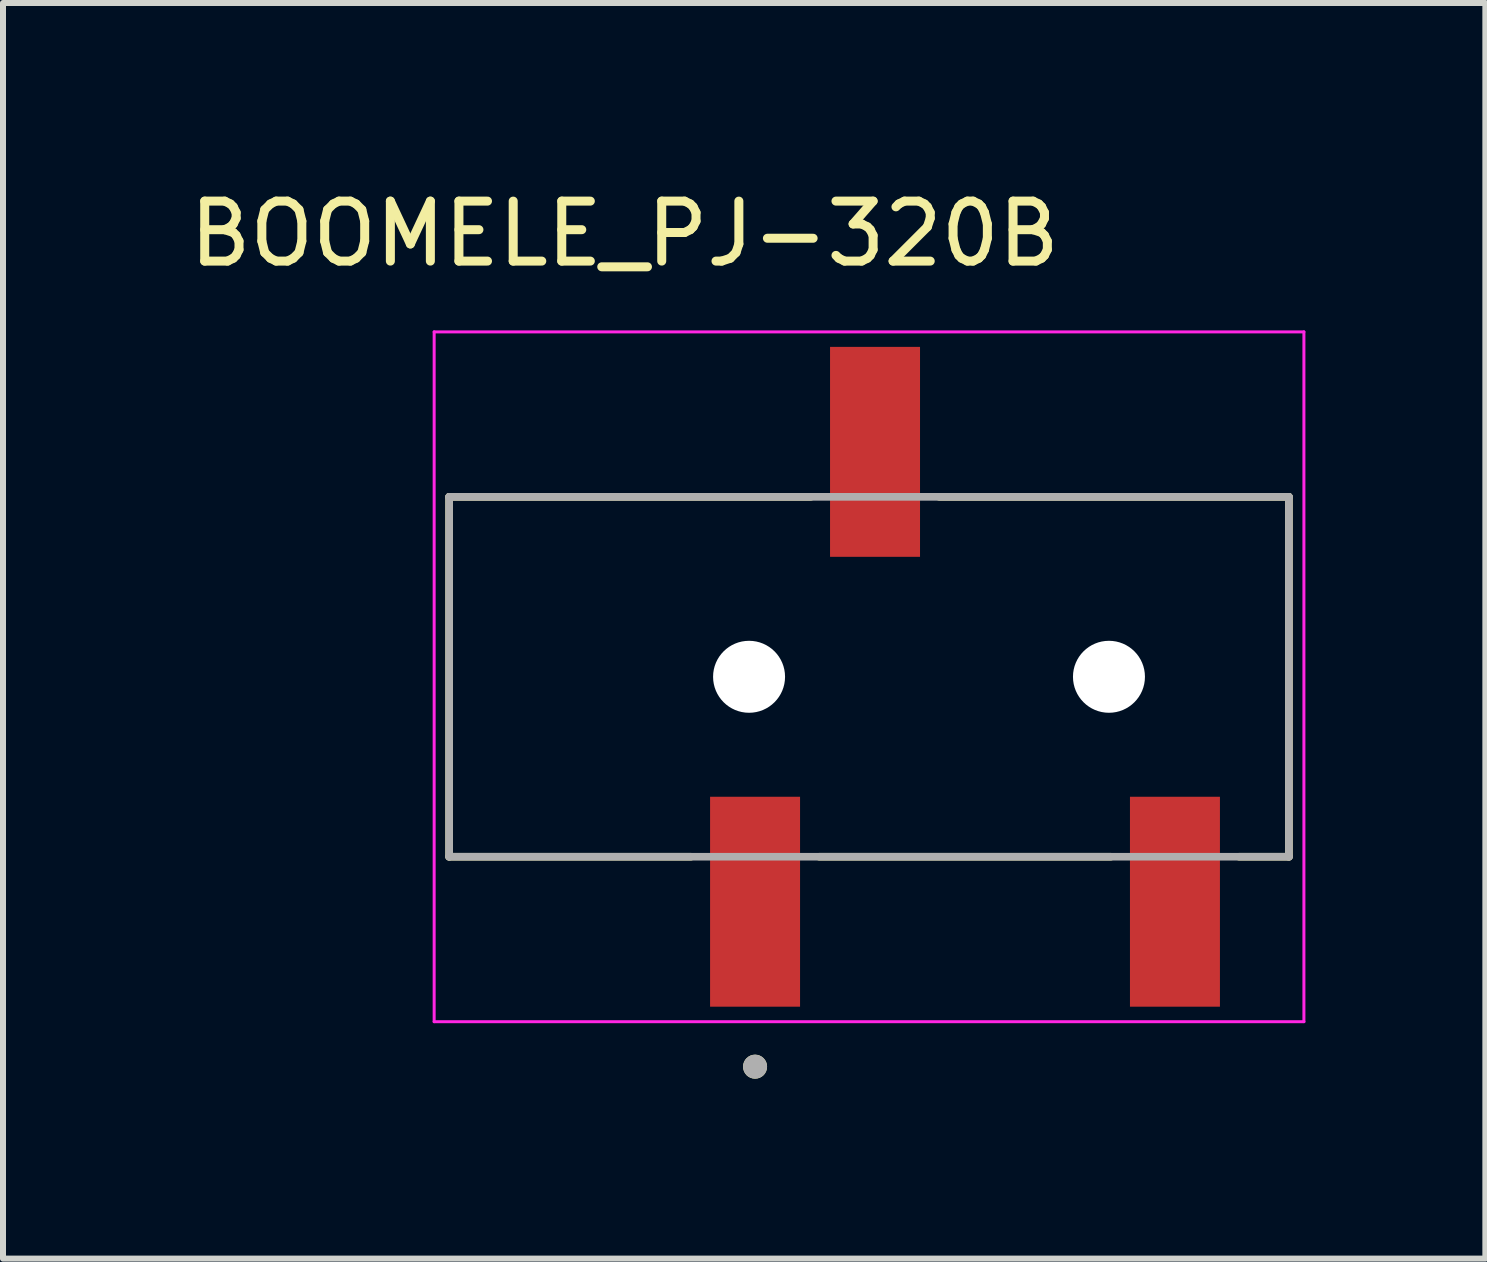
<source format=kicad_pcb>
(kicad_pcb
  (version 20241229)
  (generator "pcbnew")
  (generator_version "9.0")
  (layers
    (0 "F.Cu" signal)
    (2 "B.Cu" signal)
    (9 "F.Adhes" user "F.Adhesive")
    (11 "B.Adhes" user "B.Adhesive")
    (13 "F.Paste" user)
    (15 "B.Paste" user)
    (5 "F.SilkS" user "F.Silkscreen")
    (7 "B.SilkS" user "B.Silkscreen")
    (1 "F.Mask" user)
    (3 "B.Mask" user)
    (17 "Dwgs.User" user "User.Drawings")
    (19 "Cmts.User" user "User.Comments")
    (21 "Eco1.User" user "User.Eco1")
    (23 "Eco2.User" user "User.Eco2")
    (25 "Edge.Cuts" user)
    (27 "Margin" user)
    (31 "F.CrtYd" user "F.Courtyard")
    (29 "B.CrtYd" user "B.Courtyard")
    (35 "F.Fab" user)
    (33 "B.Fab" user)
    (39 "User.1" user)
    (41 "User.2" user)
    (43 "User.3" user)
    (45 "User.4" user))
  (footprint "BOOMELE_PJ-320B"
    (layer "F.Cu")
    (at 12.438 8.233)
    (property "Reference" "BOOMELE_PJ-320B" (at -5.075 -7.385 0) (layer "F.SilkS") (effects (font (size 1 1) (thickness 0.15))))
    (attr through_hole)
    (fp_line (start -8 -3) (end -1.97 -3) (stroke (width 0.127) (type solid)) (layer "F.SilkS"))
    (fp_line (start -8 3) (end -8 -3) (stroke (width 0.127) (type solid)) (layer "F.SilkS"))
    (fp_line (start -3.97 3) (end -8 3) (stroke (width 0.127) (type solid)) (layer "F.SilkS"))
    (fp_line (start -1.83 3) (end 3.03 3) (stroke (width 0.127) (type solid)) (layer "F.SilkS"))
    (fp_line (start 0.17 -3) (end 6 -3) (stroke (width 0.127) (type solid)) (layer "F.SilkS"))
    (fp_line (start 6 -3) (end 6 3) (stroke (width 0.127) (type solid)) (layer "F.SilkS"))
    (fp_line (start 6 3) (end 5.17 3) (stroke (width 0.127) (type solid)) (layer "F.SilkS"))
    (fp_circle (center -2.9 6.5) (end -2.8 6.5) (stroke (width 0.2) (type solid)) (fill no) (layer "F.SilkS"))
    (fp_line (start -8.25 -5.75) (end -8.25 5.75) (stroke (width 0.05) (type solid)) (layer "F.CrtYd"))
    (fp_line (start -8.25 5.75) (end 6.25 5.75) (stroke (width 0.05) (type solid)) (layer "F.CrtYd"))
    (fp_line (start 6.25 -5.75) (end -8.25 -5.75) (stroke (width 0.05) (type solid)) (layer "F.CrtYd"))
    (fp_line (start 6.25 5.75) (end 6.25 -5.75) (stroke (width 0.05) (type solid)) (layer "F.CrtYd"))
    (fp_line (start -8 -3) (end 6 -3) (stroke (width 0.127) (type solid)) (layer "F.Fab"))
    (fp_line (start -8 3) (end -8 -3) (stroke (width 0.127) (type solid)) (layer "F.Fab"))
    (fp_line (start 6 -3) (end 6 3) (stroke (width 0.127) (type solid)) (layer "F.Fab"))
    (fp_line (start 6 3) (end -8 3) (stroke (width 0.127) (type solid)) (layer "F.Fab"))
    (fp_circle (center -2.9 6.5) (end -2.8 6.5) (stroke (width 0.2) (type solid)) (fill no) (layer "F.Fab"))
    (pad "" np_thru_hole circle (at -3 0) (size 1.2 1.2) (drill 1.2) (layers "*.Cu" "*.Mask"))
    (pad "" np_thru_hole circle (at 3 0) (size 1.2 1.2) (drill 1.2) (layers "*.Cu" "*.Mask"))
    (pad "1" smd rect (at -2.9 3.75) (size 1.5 3.5) (layers "F.Cu" "F.Mask" "F.Paste"))
    (pad "2" smd rect (at -0.9 -3.75) (size 1.5 3.5) (layers "F.Cu" "F.Mask" "F.Paste"))
    (pad "3" smd rect (at 4.1 3.75) (size 1.5 3.5) (layers "F.Cu" "F.Mask" "F.Paste")))
  (gr_rect
    (start -3 -3)
    (end 21.713 17.933)
    (stroke (width 0.1) (type default))
    (fill no)
    (layer "Edge.Cuts")))
</source>
